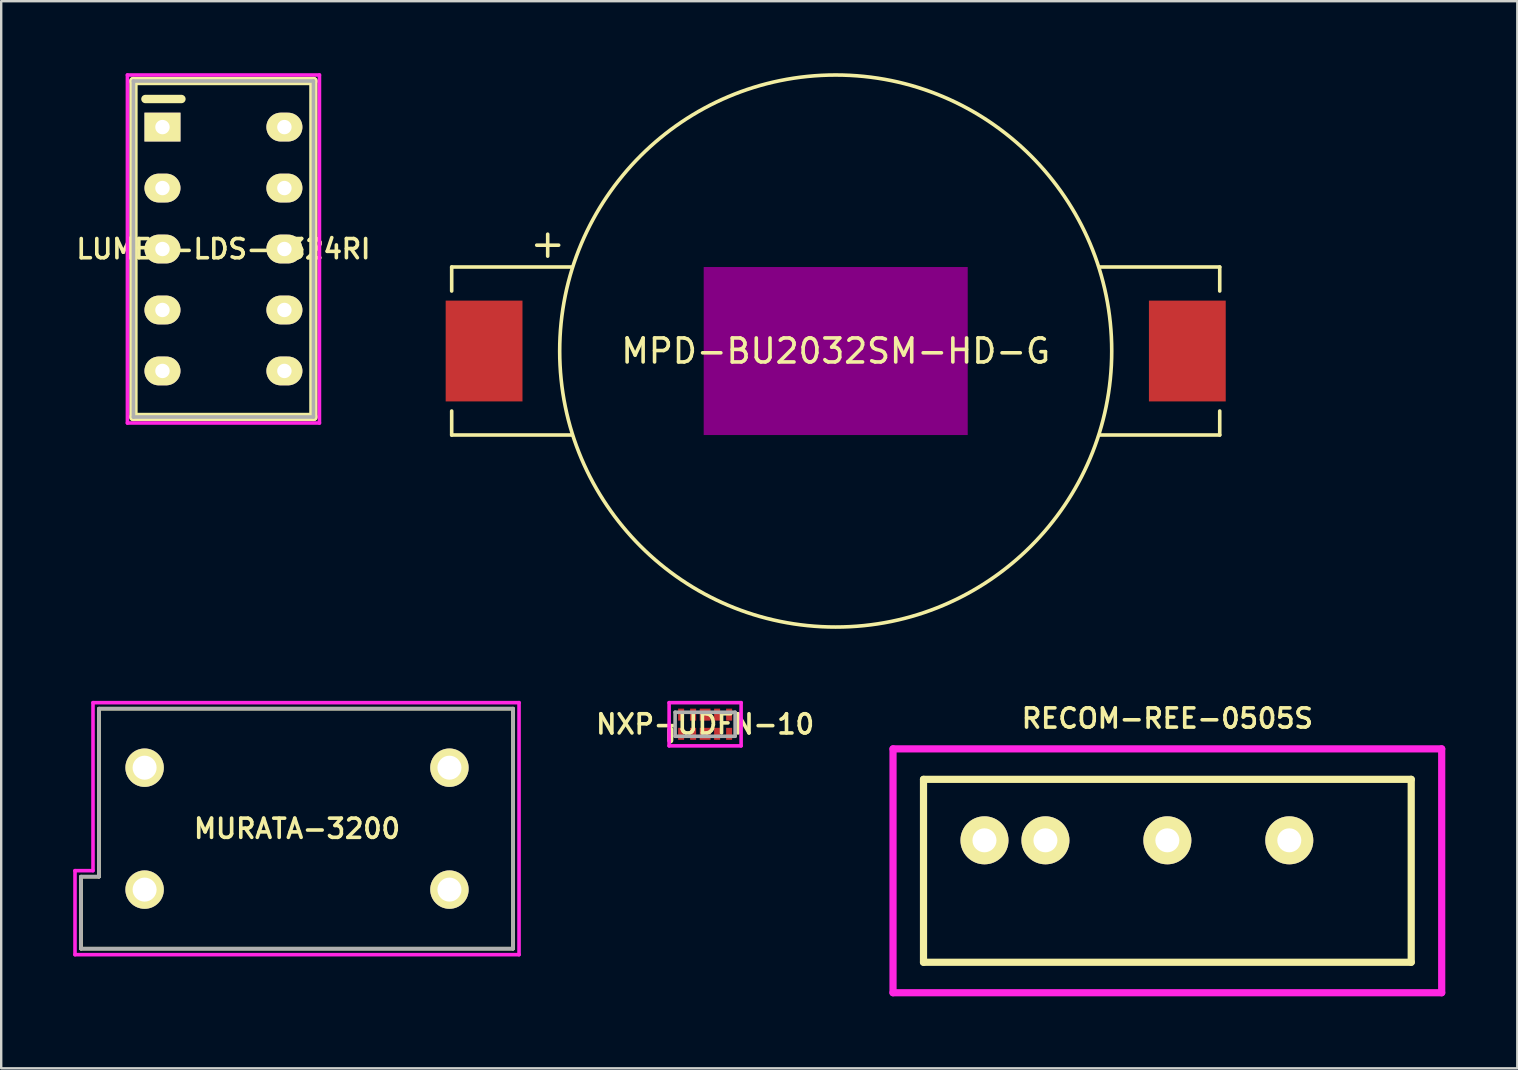
<source format=kicad_pcb>
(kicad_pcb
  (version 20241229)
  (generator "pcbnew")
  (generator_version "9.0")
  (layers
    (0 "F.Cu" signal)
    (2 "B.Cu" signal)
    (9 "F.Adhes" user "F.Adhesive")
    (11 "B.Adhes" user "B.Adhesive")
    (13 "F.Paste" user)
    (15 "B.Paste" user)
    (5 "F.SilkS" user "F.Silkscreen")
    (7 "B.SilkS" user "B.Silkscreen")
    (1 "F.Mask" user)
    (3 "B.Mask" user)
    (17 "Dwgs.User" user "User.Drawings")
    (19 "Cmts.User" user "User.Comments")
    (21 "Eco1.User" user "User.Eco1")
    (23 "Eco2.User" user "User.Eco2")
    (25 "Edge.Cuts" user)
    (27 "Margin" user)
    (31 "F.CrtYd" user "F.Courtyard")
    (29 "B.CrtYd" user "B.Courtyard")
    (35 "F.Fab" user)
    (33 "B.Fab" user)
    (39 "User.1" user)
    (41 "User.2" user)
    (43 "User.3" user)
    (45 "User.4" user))
  (footprint "RECOM-REE-0505S"
    (layer "F.Cu")
    (at 45.587 31.961)
    (property "Reference" "RECOM-REE-0505S" (at 0 -5.08 0) (layer "F.SilkS") (effects (font (size 0.8 0.8) (thickness 0.15))))
    (attr through_hole)
    (fp_line (start -10.16 -2.54) (end 10.16 -2.54) (stroke (width 0.3) (type solid)) (layer "F.SilkS"))
    (fp_line (start -10.16 5.08) (end -10.16 -2.54) (stroke (width 0.3) (type solid)) (layer "F.SilkS"))
    (fp_line (start 10.16 -2.54) (end 10.16 5.08) (stroke (width 0.3) (type solid)) (layer "F.SilkS"))
    (fp_line (start 10.16 5.08) (end -10.16 5.08) (stroke (width 0.3) (type solid)) (layer "F.SilkS"))
    (fp_line (start -11.43 -3.81) (end 11.43 -3.81) (stroke (width 0.3) (type solid)) (layer "F.CrtYd"))
    (fp_line (start -11.43 6.35) (end -11.43 -3.81) (stroke (width 0.3) (type solid)) (layer "F.CrtYd"))
    (fp_line (start 11.43 -3.81) (end 11.43 6.35) (stroke (width 0.3) (type solid)) (layer "F.CrtYd"))
    (fp_line (start 11.43 6.35) (end -11.43 6.35) (stroke (width 0.3) (type solid)) (layer "F.CrtYd"))
    (pad "1" thru_hole circle (at -7.62 0) (size 2 2) (drill 1) (layers "*.Cu" "*.Mask" "F.SilkS"))
    (pad "2" thru_hole circle (at -5.08 0) (size 2 2) (drill 1) (layers "*.Cu" "*.Mask" "F.SilkS"))
    (pad "4" thru_hole circle (at 0 0) (size 2 2) (drill 1) (layers "*.Cu" "*.Mask" "F.SilkS"))
    (pad "6" thru_hole circle (at 5.08 0) (size 2 2) (drill 1) (layers "*.Cu" "*.Mask" "F.SilkS")))
  (footprint "MURATA-3200"
    (layer "F.Cu")
    (at 9.325 31.475)
    (property "Reference" "MURATA-3200" (at 0 0 0) (layer "F.SilkS") (effects (font (size 0.8 0.8) (thickness 0.15))))
    (attr through_hole)
    (fp_line (start -9 2) (end -9 5) (stroke (width 0.15) (type solid)) (layer "F.SilkS"))
    (fp_line (start -9 5) (end 9 5) (stroke (width 0.15) (type solid)) (layer "F.SilkS"))
    (fp_line (start -8.25 -5) (end -8.25 2) (stroke (width 0.15) (type solid)) (layer "F.SilkS"))
    (fp_line (start -8.25 2) (end -9 2) (stroke (width 0.15) (type solid)) (layer "F.SilkS"))
    (fp_line (start 9 -5) (end -8.25 -5) (stroke (width 0.15) (type solid)) (layer "F.SilkS"))
    (fp_line (start 9 5) (end 9 -5) (stroke (width 0.15) (type solid)) (layer "F.SilkS"))
    (fp_line (start -9.25 1.75) (end -9.25 5.25) (stroke (width 0.15) (type solid)) (layer "F.CrtYd"))
    (fp_line (start -9.25 5.25) (end 9.25 5.25) (stroke (width 0.15) (type solid)) (layer "F.CrtYd"))
    (fp_line (start -8.5 -5.25) (end -8.5 1.75) (stroke (width 0.15) (type solid)) (layer "F.CrtYd"))
    (fp_line (start -8.5 1.75) (end -9.25 1.75) (stroke (width 0.15) (type solid)) (layer "F.CrtYd"))
    (fp_line (start 9.25 -5.25) (end -8.5 -5.25) (stroke (width 0.15) (type solid)) (layer "F.CrtYd"))
    (fp_line (start 9.25 5.25) (end 9.25 -5.25) (stroke (width 0.15) (type solid)) (layer "F.CrtYd"))
    (fp_line (start -9 2) (end -9 5) (stroke (width 0.15) (type solid)) (layer "F.Fab"))
    (fp_line (start -9 2) (end -8.25 2) (stroke (width 0.15) (type solid)) (layer "F.Fab"))
    (fp_line (start -9 5) (end 9 5) (stroke (width 0.15) (type solid)) (layer "F.Fab"))
    (fp_line (start -8.25 -5) (end 9 -5) (stroke (width 0.15) (type solid)) (layer "F.Fab"))
    (fp_line (start -8.25 2) (end -8.25 -5) (stroke (width 0.15) (type solid)) (layer "F.Fab"))
    (fp_line (start 9 5) (end 9 -5) (stroke (width 0.15) (type solid)) (layer "F.Fab"))
    (pad "1" thru_hole circle (at -6.35 2.54) (size 1.6 1.6) (drill 1) (layers "*.Cu" "*.Mask" "F.SilkS"))
    (pad "2" thru_hole circle (at 6.35 2.54) (size 1.6 1.6) (drill 1) (layers "*.Cu" "*.Mask" "F.SilkS"))
    (pad "3" thru_hole circle (at 6.35 -2.54) (size 1.6 1.6) (drill 1) (layers "*.Cu" "*.Mask" "F.SilkS"))
    (pad "4" thru_hole circle (at -6.35 -2.54) (size 1.6 1.6) (drill 1) (layers "*.Cu" "*.Mask" "F.SilkS")))
  (footprint "MPD-BU2032SM-HD-G"
    (layer "F.Cu")
    (at 31.769 11.575)
    (property "Reference" "MPD-BU2032SM-HD-G" (at 0 0 0) (layer "F.SilkS") (effects (font (size 1 1) (thickness 0.15))))
    (attr through_hole)
    (fp_line (start -16 -3.5) (end -11 -3.5) (stroke (width 0.15) (type solid)) (layer "F.SilkS"))
    (fp_line (start -16 -2.5) (end -16 -3.5) (stroke (width 0.15) (type solid)) (layer "F.SilkS"))
    (fp_line (start -16 2.5) (end -16 3.5) (stroke (width 0.15) (type solid)) (layer "F.SilkS"))
    (fp_line (start -16 3.5) (end -11 3.5) (stroke (width 0.15) (type solid)) (layer "F.SilkS"))
    (fp_line (start 16 -3.5) (end 11 -3.5) (stroke (width 0.15) (type solid)) (layer "F.SilkS"))
    (fp_line (start 16 -2.5) (end 16 -3.5) (stroke (width 0.15) (type solid)) (layer "F.SilkS"))
    (fp_line (start 16 2.5) (end 16 3.5) (stroke (width 0.15) (type solid)) (layer "F.SilkS"))
    (fp_line (start 16 3.5) (end 11 3.5) (stroke (width 0.15) (type solid)) (layer "F.SilkS"))
    (fp_circle (center 0 0) (end 0 11.5) (stroke (width 0.15) (type solid)) (fill no) (layer "F.SilkS"))
    (fp_text user "+" (at -12 -4.5 0) (layer "F.SilkS") (effects (font (size 1.2 1.2) (thickness 0.15))))
    (pad "" smd rect (at 0 0) (size 11 7) (layers "F.Adhes"))
    (pad "1" smd rect (at -14.65 0) (size 3.2 4.2) (layers "F.Cu" "F.Mask" "F.Paste"))
    (pad "2" smd rect (at 14.65 0) (size 3.2 4.2) (layers "F.Cu" "F.Mask" "F.Paste")))
  (footprint "NXP-UDFN-10"
    (layer "F.Cu")
    (at 26.328 27.125)
    (property "Reference" "NXP-UDFN-10" (at 0 0 0) (layer "F.SilkS") (effects (font (size 0.8 0.8) (thickness 0.15))))
    (attr through_hole)
    (fp_line (start -1.45 0.225) (end -1.45 0.675) (stroke (width 0.25) (type solid)) (layer "F.SilkS"))
    (fp_line (start -1.5 -0.9) (end 1.5 -0.9) (stroke (width 0.15) (type solid)) (layer "F.CrtYd"))
    (fp_line (start -1.5 0.9) (end -1.5 -0.9) (stroke (width 0.15) (type solid)) (layer "F.CrtYd"))
    (fp_line (start 1.5 -0.9) (end 1.5 0.9) (stroke (width 0.15) (type solid)) (layer "F.CrtYd"))
    (fp_line (start 1.5 0.9) (end -1.5 0.9) (stroke (width 0.15) (type solid)) (layer "F.CrtYd"))
    (fp_line (start -1.25 -0.5) (end -1.25 0.5) (stroke (width 0.15) (type solid)) (layer "F.Fab"))
    (fp_line (start -1.25 0.5) (end 1.25 0.5) (stroke (width 0.15) (type solid)) (layer "F.Fab"))
    (fp_line (start 1.25 -0.5) (end -1.25 -0.5) (stroke (width 0.15) (type solid)) (layer "F.Fab"))
    (fp_line (start 1.25 0.5) (end 1.25 -0.5) (stroke (width 0.15) (type solid)) (layer "F.Fab"))
    (pad "1" smd rect (at -1 0.4) (size 0.25 0.5) (layers "F.Cu" "F.Mask" "F.Paste"))
    (pad "2" smd rect (at -0.5 0.4) (size 0.25 0.5) (layers "F.Cu" "F.Mask" "F.Paste"))
    (pad "3" smd rect (at 0 0.4) (size 0.45 0.5) (layers "F.Cu" "F.Mask" "F.Paste"))
    (pad "4" smd rect (at 0.5 0.4) (size 0.25 0.5) (layers "F.Cu" "F.Mask" "F.Paste"))
    (pad "5" smd rect (at 1 0.4) (size 0.25 0.5) (layers "F.Cu" "F.Mask" "F.Paste"))
    (pad "6" smd rect (at 1 -0.4) (size 0.25 0.5) (layers "F.Cu" "F.Mask" "F.Paste"))
    (pad "7" smd rect (at 0.5 -0.4) (size 0.25 0.5) (layers "F.Cu" "F.Mask" "F.Paste"))
    (pad "8" smd rect (at 0 -0.4) (size 0.45 0.5) (layers "F.Cu" "F.Mask" "F.Paste"))
    (pad "9" smd rect (at -0.5 -0.4) (size 0.25 0.5) (layers "F.Cu" "F.Mask" "F.Paste"))
    (pad "10" smd rect (at -1 -0.4) (size 0.25 0.5) (layers "F.Cu" "F.Mask" "F.Paste")))
  (footprint "LUMEX-LDS-A324RI"
    (layer "F.Cu")
    (at 6.259 7.325)
    (property "Reference" "LUMEX-LDS-A324RI" (at 0 0 0) (layer "F.SilkS") (effects (font (size 0.8 0.8) (thickness 0.15))))
    (attr through_hole)
    (fp_line (start -3.75 -7) (end 3.75 -7) (stroke (width 0.35) (type solid)) (layer "F.SilkS"))
    (fp_line (start -3.75 7) (end -3.75 -7) (stroke (width 0.35) (type solid)) (layer "F.SilkS"))
    (fp_line (start -3.25 -6.25) (end -1.75 -6.25) (stroke (width 0.35) (type solid)) (layer "F.SilkS"))
    (fp_line (start 3.75 -7) (end 3.75 7) (stroke (width 0.35) (type solid)) (layer "F.SilkS"))
    (fp_line (start 3.75 7) (end -3.75 7) (stroke (width 0.35) (type solid)) (layer "F.SilkS"))
    (fp_line (start -4 -7.25) (end 4 -7.25) (stroke (width 0.15) (type solid)) (layer "F.CrtYd"))
    (fp_line (start -4 7.25) (end -4 -7.25) (stroke (width 0.15) (type solid)) (layer "F.CrtYd"))
    (fp_line (start 4 -7.25) (end 4 7.25) (stroke (width 0.15) (type solid)) (layer "F.CrtYd"))
    (fp_line (start 4 7.25) (end -4 7.25) (stroke (width 0.15) (type solid)) (layer "F.CrtYd"))
    (fp_line (start -3.75 -7) (end 3.75 -7) (stroke (width 0.15) (type solid)) (layer "F.Fab"))
    (fp_line (start -3.75 7) (end -3.75 -7) (stroke (width 0.15) (type solid)) (layer "F.Fab"))
    (fp_line (start 3.75 -7) (end 3.75 7) (stroke (width 0.15) (type solid)) (layer "F.Fab"))
    (fp_line (start 3.75 7) (end -3.75 7) (stroke (width 0.15) (type solid)) (layer "F.Fab"))
    (pad "1" thru_hole rect (at -2.54 -5.08) (size 1.5 1.2) (drill 0.6) (layers "*.Cu" "*.Mask" "F.SilkS"))
    (pad "2" thru_hole oval (at -2.54 -2.54) (size 1.5 1.2) (drill 0.6) (layers "*.Cu" "*.Mask" "F.SilkS"))
    (pad "3" thru_hole oval (at -2.54 0) (size 1.5 1.2) (drill 0.6) (layers "*.Cu" "*.Mask" "F.SilkS"))
    (pad "4" thru_hole oval (at -2.54 2.54) (size 1.5 1.2) (drill 0.6) (layers "*.Cu" "*.Mask" "F.SilkS"))
    (pad "5" thru_hole oval (at -2.54 5.08) (size 1.5 1.2) (drill 0.6) (layers "*.Cu" "*.Mask" "F.SilkS"))
    (pad "6" thru_hole oval (at 2.54 5.08) (size 1.5 1.2) (drill 0.6) (layers "*.Cu" "*.Mask" "F.SilkS"))
    (pad "7" thru_hole oval (at 2.54 2.54) (size 1.5 1.2) (drill 0.6) (layers "*.Cu" "*.Mask" "F.SilkS"))
    (pad "8" thru_hole oval (at 2.54 0) (size 1.5 1.2) (drill 0.6) (layers "*.Cu" "*.Mask" "F.SilkS"))
    (pad "9" thru_hole oval (at 2.54 -2.54) (size 1.5 1.2) (drill 0.6) (layers "*.Cu" "*.Mask" "F.SilkS"))
    (pad "10" thru_hole oval (at 2.54 -5.08) (size 1.5 1.2) (drill 0.6) (layers "*.Cu" "*.Mask" "F.SilkS")))
  (gr_rect
    (start -3 -3)
    (end 60.167 41.461)
    (stroke (width 0.1) (type default))
    (fill no)
    (layer "Edge.Cuts")))
</source>
